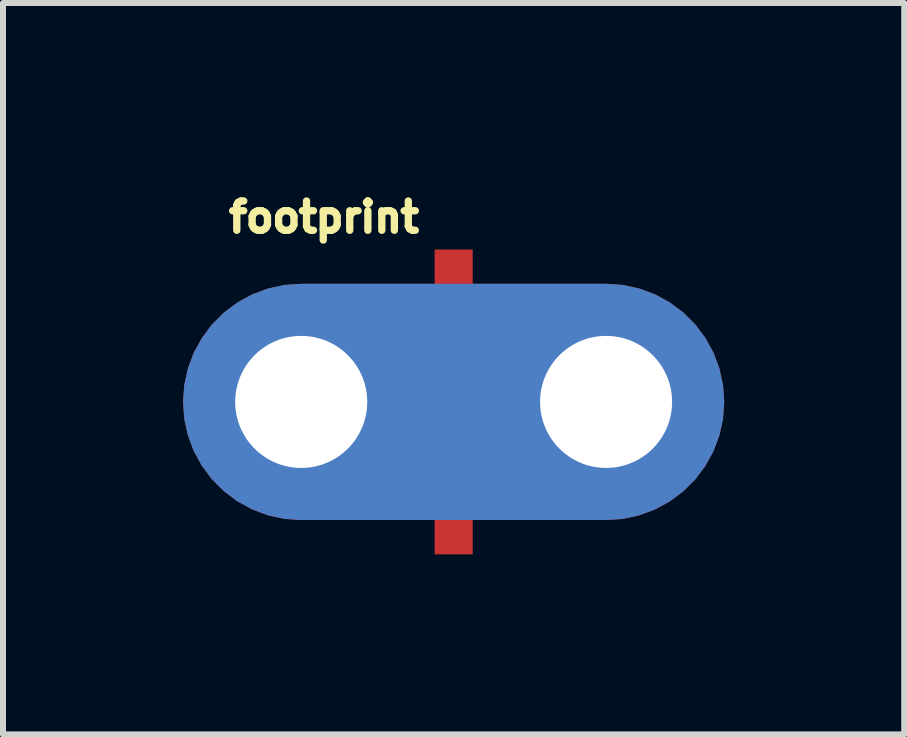
<source format=kicad_pcb>
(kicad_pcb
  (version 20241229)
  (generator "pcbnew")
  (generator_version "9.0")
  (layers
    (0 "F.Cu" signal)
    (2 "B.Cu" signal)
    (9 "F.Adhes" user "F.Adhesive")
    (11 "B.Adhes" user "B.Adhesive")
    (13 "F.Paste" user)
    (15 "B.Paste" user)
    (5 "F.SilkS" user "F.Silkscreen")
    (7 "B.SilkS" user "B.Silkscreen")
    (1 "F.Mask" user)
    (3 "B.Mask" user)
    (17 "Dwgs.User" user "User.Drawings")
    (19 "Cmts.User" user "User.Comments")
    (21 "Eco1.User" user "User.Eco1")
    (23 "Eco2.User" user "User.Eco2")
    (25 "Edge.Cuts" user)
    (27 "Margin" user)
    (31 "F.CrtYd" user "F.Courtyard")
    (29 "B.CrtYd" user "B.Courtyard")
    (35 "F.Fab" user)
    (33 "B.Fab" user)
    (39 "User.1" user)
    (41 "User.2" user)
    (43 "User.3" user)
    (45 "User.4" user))
  (footprint "footprint"
    (layer "F.Cu")
    (at 4.509 3.647)
    (property "Reference" "footprint" (at -3.81 -2.794 0) (layer "F.SilkS") (effects (font (size 0.488 0.488) (thickness 0.122)) (justify left bottom)))
    (fp_poly (pts (xy 2.82 -1.949) (xy 3.095 -1.889) (xy 3.358 -1.791) (xy 3.604 -1.656) (xy 3.829 -1.488) (xy 4.028 -1.289) (xy 4.196 -1.064) (xy 4.331 -0.818) (xy 4.429 -0.555) (xy 4.489 -0.28) (xy 4.509 0) (xy 4.489 0.28) (xy 4.429 0.555) (xy 4.331 0.818) (xy 4.196 1.064) (xy 4.028 1.289) (xy 3.829 1.488) (xy 3.604 1.656) (xy 3.358 1.791) (xy 3.095 1.889) (xy 2.82 1.949) (xy 2.542 1.968) (xy -2.542 1.968) (xy -2.82 1.949) (xy -3.095 1.889) (xy -3.358 1.791) (xy -3.604 1.656) (xy -3.829 1.488) (xy -4.028 1.289) (xy -4.196 1.064) (xy -4.331 0.818) (xy -4.429 0.555) (xy -4.489 0.28) (xy -4.509 0) (xy -4.489 -0.28) (xy -4.429 -0.555) (xy -4.331 -0.818) (xy -4.196 -1.064) (xy -4.028 -1.289) (xy -3.829 -1.488) (xy -3.604 -1.656) (xy -3.358 -1.791) (xy -3.095 -1.889) (xy -2.82 -1.949) (xy -2.542 -1.968) (xy 2.542 -1.968)) (stroke (width 0) (type solid)) (fill yes) (layer "F.Cu"))
    (fp_poly (pts (xy 2.82 -1.949) (xy 3.095 -1.889) (xy 3.358 -1.791) (xy 3.604 -1.656) (xy 3.829 -1.488) (xy 4.028 -1.289) (xy 4.196 -1.064) (xy 4.331 -0.818) (xy 4.429 -0.555) (xy 4.489 -0.28) (xy 4.509 0) (xy 4.489 0.28) (xy 4.429 0.555) (xy 4.331 0.818) (xy 4.196 1.064) (xy 4.028 1.289) (xy 3.829 1.488) (xy 3.604 1.656) (xy 3.358 1.791) (xy 3.095 1.889) (xy 2.82 1.949) (xy 2.542 1.968) (xy -2.542 1.968) (xy -2.82 1.949) (xy -3.095 1.889) (xy -3.358 1.791) (xy -3.604 1.656) (xy -3.829 1.488) (xy -4.028 1.289) (xy -4.196 1.064) (xy -4.331 0.818) (xy -4.429 0.555) (xy -4.489 0.28) (xy -4.509 0) (xy -4.489 -0.28) (xy -4.429 -0.555) (xy -4.331 -0.818) (xy -4.196 -1.064) (xy -4.028 -1.289) (xy -3.829 -1.488) (xy -3.604 -1.656) (xy -3.358 -1.791) (xy -3.095 -1.889) (xy -2.82 -1.949) (xy -2.542 -1.968) (xy 2.542 -1.968)) (stroke (width 0) (type solid)) (fill yes) (layer "F.Mask"))
    (fp_poly (pts (xy 2.82 -1.949) (xy 3.095 -1.889) (xy 3.358 -1.791) (xy 3.604 -1.656) (xy 3.829 -1.488) (xy 4.028 -1.289) (xy 4.196 -1.064) (xy 4.331 -0.818) (xy 4.429 -0.555) (xy 4.489 -0.28) (xy 4.509 0) (xy 4.489 0.28) (xy 4.429 0.555) (xy 4.331 0.818) (xy 4.196 1.064) (xy 4.028 1.289) (xy 3.829 1.488) (xy 3.604 1.656) (xy 3.358 1.791) (xy 3.095 1.889) (xy 2.82 1.949) (xy 2.542 1.968) (xy -2.542 1.968) (xy -2.82 1.949) (xy -3.095 1.889) (xy -3.358 1.791) (xy -3.604 1.656) (xy -3.829 1.488) (xy -4.028 1.289) (xy -4.196 1.064) (xy -4.331 0.818) (xy -4.429 0.555) (xy -4.489 0.28) (xy -4.509 0) (xy -4.489 -0.28) (xy -4.429 -0.555) (xy -4.331 -0.818) (xy -4.196 -1.064) (xy -4.028 -1.289) (xy -3.829 -1.488) (xy -3.604 -1.656) (xy -3.358 -1.791) (xy -3.095 -1.889) (xy -2.82 -1.949) (xy -2.542 -1.968) (xy 2.542 -1.968)) (stroke (width 0) (type solid)) (fill yes) (layer "B.Cu"))
    (fp_poly (pts (xy 2.82 -1.949) (xy 3.095 -1.889) (xy 3.358 -1.791) (xy 3.604 -1.656) (xy 3.829 -1.488) (xy 4.028 -1.289) (xy 4.196 -1.064) (xy 4.331 -0.818) (xy 4.429 -0.555) (xy 4.489 -0.28) (xy 4.509 0) (xy 4.489 0.28) (xy 4.429 0.555) (xy 4.331 0.818) (xy 4.196 1.064) (xy 4.028 1.289) (xy 3.829 1.488) (xy 3.604 1.656) (xy 3.358 1.791) (xy 3.095 1.889) (xy 2.82 1.949) (xy 2.542 1.968) (xy -2.542 1.968) (xy -2.82 1.949) (xy -3.095 1.889) (xy -3.358 1.791) (xy -3.604 1.656) (xy -3.829 1.488) (xy -4.028 1.289) (xy -4.196 1.064) (xy -4.331 0.818) (xy -4.429 0.555) (xy -4.489 0.28) (xy -4.509 0) (xy -4.489 -0.28) (xy -4.429 -0.555) (xy -4.331 -0.818) (xy -4.196 -1.064) (xy -4.028 -1.289) (xy -3.829 -1.488) (xy -3.604 -1.656) (xy -3.358 -1.791) (xy -3.095 -1.889) (xy -2.82 -1.949) (xy -2.542 -1.968) (xy 2.542 -1.968)) (stroke (width 0) (type solid)) (fill yes) (layer "B.Mask"))
    (pad "1" thru_hole circle (at -2.54 0) (size 3.81 3.81) (drill 2.2) (layers "*.Cu" "*.Mask"))
    (pad "P$1" smd rect (at 0 -1.905 90) (size 1.27 0.635) (layers "F.Cu" "F.Mask" "F.Paste"))
    (pad "P$2" thru_hole circle (at 2.54 0) (size 3.81 3.81) (drill 2.2) (layers "*.Cu" "*.Mask"))
    (pad "P$3" smd rect (at 0 1.905 90) (size 1.27 0.635) (layers "F.Cu" "F.Mask" "F.Paste"))
    (zone (net_name "") (layer "F.Cu") (hatch edge 0.508) (connect_pads) (min_thickness 0.254) (filled_areas_thickness no) (keepout (tracks not_allowed) (vias not_allowed) (pads not_allowed) (copperpour not_allowed) (footprints allowed)) (placement (enabled no)) (fill) (polygon (pts (xy 1.969 2.377) (xy 1.748 2.397) (xy 1.534 2.454) (xy 1.334 2.548) (xy 1.152 2.675) (xy 0.996 2.831) (xy 0.869 3.012) (xy 0.775 3.213) (xy 0.718 3.427) (xy 0.699 3.647) (xy 0.718 3.868) (xy 0.775 4.082) (xy 0.869 4.282) (xy 0.996 4.464) (xy 1.152 4.62) (xy 1.334 4.747) (xy 1.534 4.841) (xy 1.748 4.898) (xy 1.969 4.917) (xy 2.189 4.898) (xy 2.403 4.841) (xy 2.604 4.747) (xy 2.785 4.62) (xy 2.942 4.464) (xy 3.069 4.282) (xy 3.162 4.082) (xy 3.239 3.647) (xy 3.219 3.427) (xy 3.162 3.213) (xy 3.069 3.012) (xy 2.942 2.831) (xy 2.785 2.675) (xy 2.604 2.548) (xy 2.403 2.454) (xy 2.189 2.397))))
    (zone (net_name "") (layer "F.Cu") (hatch edge 0.508) (connect_pads) (min_thickness 0.254) (filled_areas_thickness no) (keepout (tracks not_allowed) (vias not_allowed) (pads not_allowed) (copperpour not_allowed) (footprints allowed)) (placement (enabled no)) (fill) (polygon (pts (xy 7.049 2.377) (xy 6.828 2.397) (xy 6.614 2.454) (xy 6.414 2.548) (xy 6.232 2.675) (xy 6.076 2.831) (xy 5.949 3.012) (xy 5.855 3.213) (xy 5.798 3.427) (xy 5.779 3.647) (xy 5.798 3.868) (xy 5.855 4.082) (xy 5.949 4.282) (xy 6.076 4.464) (xy 6.232 4.62) (xy 6.414 4.747) (xy 6.614 4.841) (xy 6.828 4.898) (xy 7.049 4.917) (xy 7.269 4.898) (xy 7.483 4.841) (xy 7.684 4.747) (xy 7.865 4.62) (xy 8.022 4.464) (xy 8.149 4.282) (xy 8.242 4.082) (xy 8.319 3.647) (xy 8.299 3.427) (xy 8.242 3.213) (xy 8.149 3.012) (xy 8.022 2.831) (xy 7.865 2.675) (xy 7.684 2.548) (xy 7.483 2.454) (xy 7.269 2.397))))
    (zone (net_name "") (layer "B.Cu") (hatch edge 0.508) (connect_pads) (min_thickness 0.254) (filled_areas_thickness no) (keepout (tracks not_allowed) (vias not_allowed) (pads not_allowed) (copperpour not_allowed) (footprints allowed)) (placement (enabled no)) (fill) (polygon (pts (xy 1.969 2.377) (xy 1.748 2.397) (xy 1.534 2.454) (xy 1.334 2.548) (xy 1.152 2.675) (xy 0.996 2.831) (xy 0.869 3.012) (xy 0.775 3.213) (xy 0.718 3.427) (xy 0.699 3.647) (xy 0.718 3.868) (xy 0.775 4.082) (xy 0.869 4.282) (xy 0.996 4.464) (xy 1.152 4.62) (xy 1.334 4.747) (xy 1.534 4.841) (xy 1.748 4.898) (xy 1.969 4.917) (xy 2.189 4.898) (xy 2.403 4.841) (xy 2.604 4.747) (xy 2.785 4.62) (xy 2.942 4.464) (xy 3.069 4.282) (xy 3.162 4.082) (xy 3.239 3.647) (xy 3.219 3.427) (xy 3.162 3.213) (xy 3.069 3.012) (xy 2.942 2.831) (xy 2.785 2.675) (xy 2.604 2.548) (xy 2.403 2.454) (xy 2.189 2.397))))
    (zone (net_name "") (layer "B.Cu") (hatch edge 0.508) (connect_pads) (min_thickness 0.254) (filled_areas_thickness no) (keepout (tracks not_allowed) (vias not_allowed) (pads not_allowed) (copperpour not_allowed) (footprints allowed)) (placement (enabled no)) (fill) (polygon (pts (xy 7.049 2.377) (xy 6.828 2.397) (xy 6.614 2.454) (xy 6.414 2.548) (xy 6.232 2.675) (xy 6.076 2.831) (xy 5.949 3.012) (xy 5.855 3.213) (xy 5.798 3.427) (xy 5.779 3.647) (xy 5.798 3.868) (xy 5.855 4.082) (xy 5.949 4.282) (xy 6.076 4.464) (xy 6.232 4.62) (xy 6.414 4.747) (xy 6.614 4.841) (xy 6.828 4.898) (xy 7.049 4.917) (xy 7.269 4.898) (xy 7.483 4.841) (xy 7.684 4.747) (xy 7.865 4.62) (xy 8.022 4.464) (xy 8.149 4.282) (xy 8.242 4.082) (xy 8.319 3.647) (xy 8.299 3.427) (xy 8.242 3.213) (xy 8.149 3.012) (xy 8.022 2.831) (xy 7.865 2.675) (xy 7.684 2.548) (xy 7.483 2.454) (xy 7.269 2.397)))))
  (gr_rect
    (start -3 -3)
    (end 12.017 9.187)
    (stroke (width 0.1) (type default))
    (fill no)
    (layer "Edge.Cuts")))
</source>
